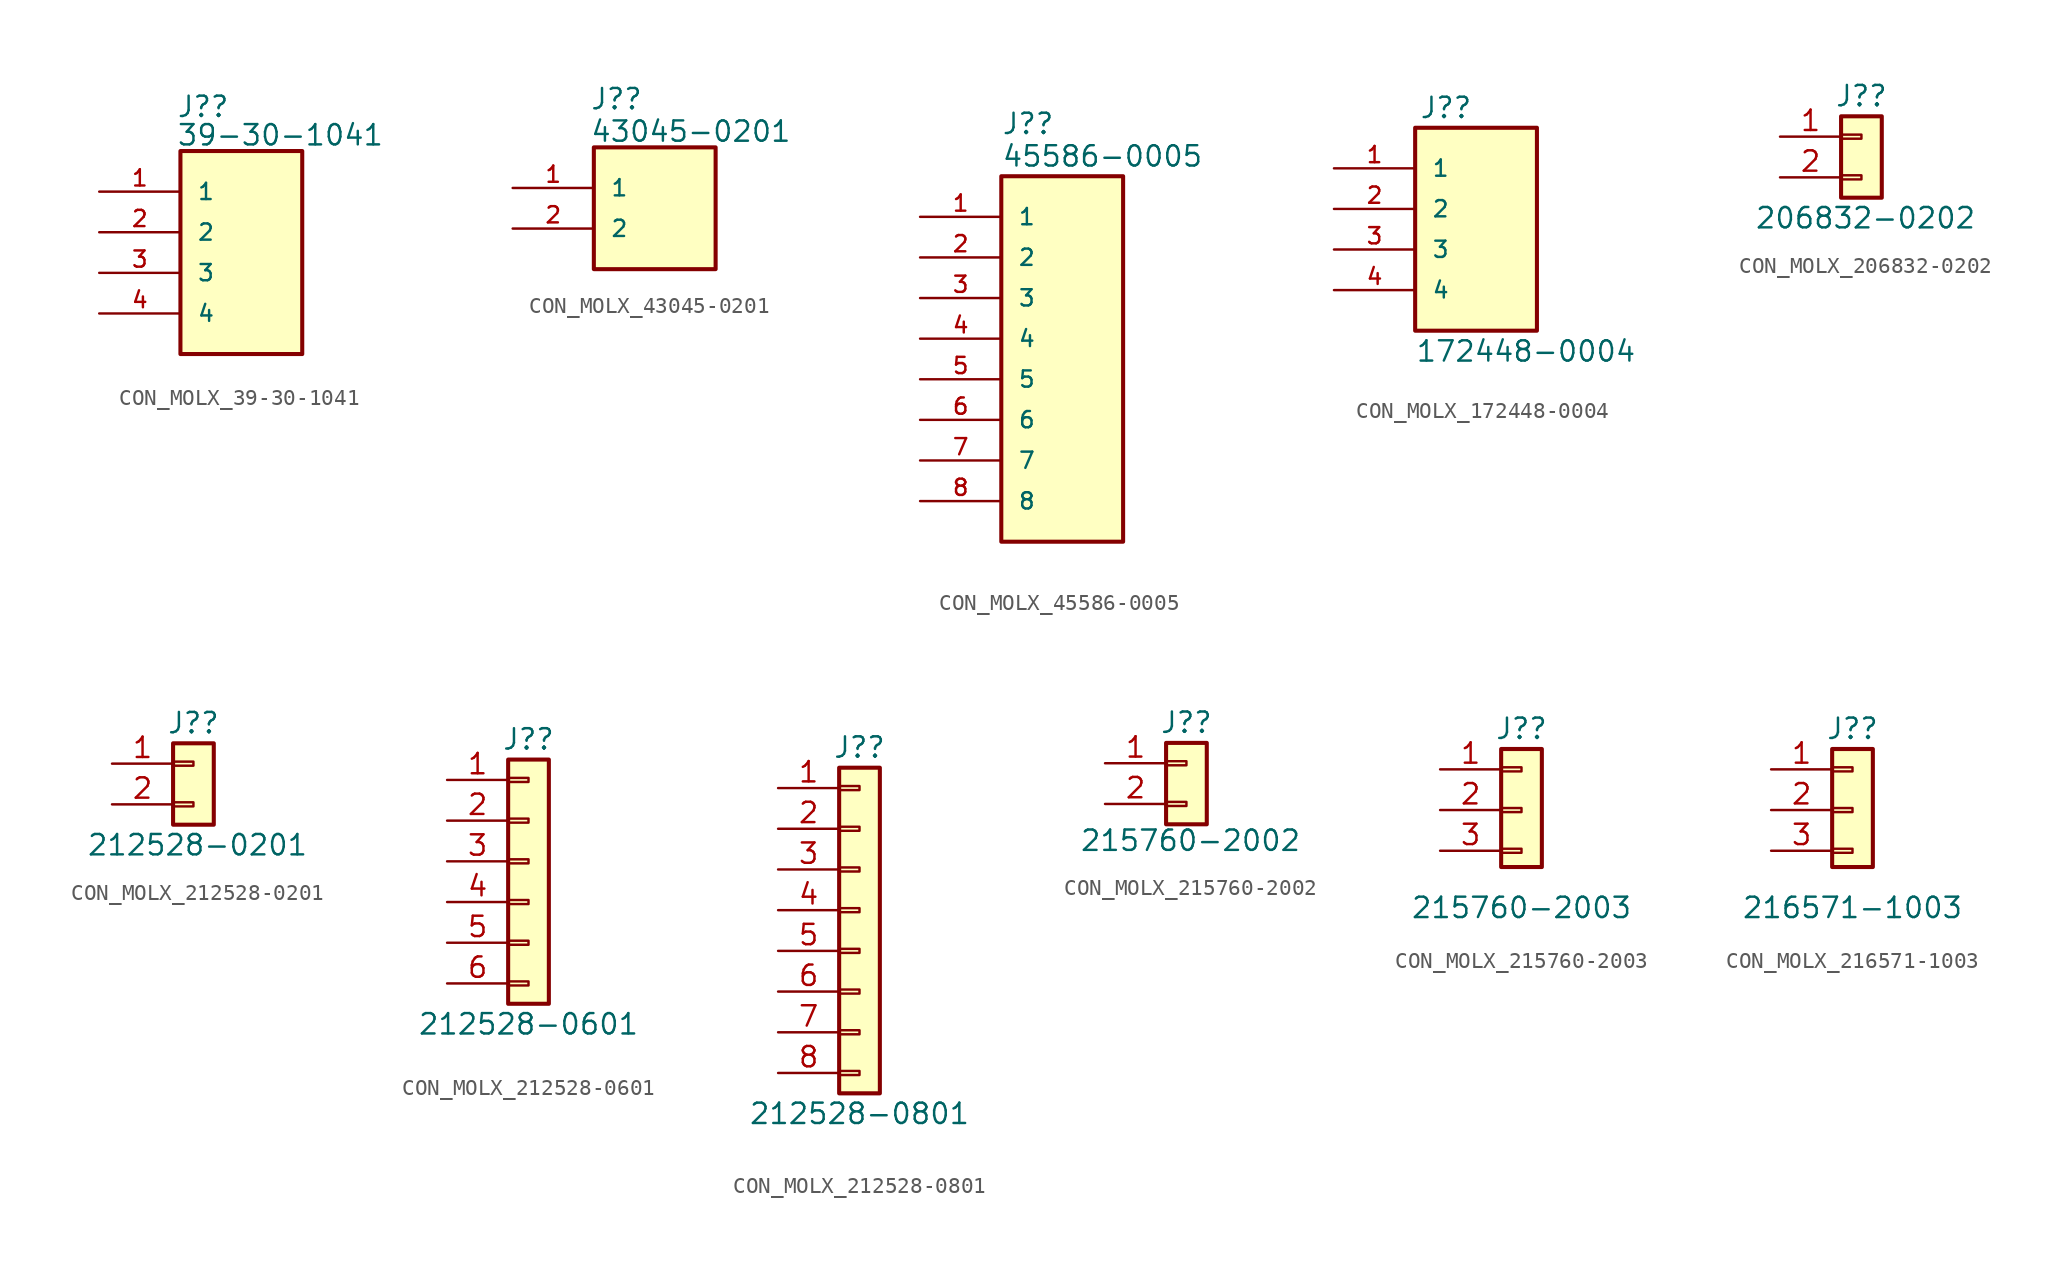
<source format=kicad_sym>
(kicad_symbol_lib
  (version 20231120)
  (generator "kicad_symbol_editor")
  (generator_version "8.0")
  (symbol "CON_MOLX_39-30-1041"
    (pin_names
      (offset 1.016))
    (property "Reference" "J?"
      (at -4.064 8.382 0)
      (effects (font (size 1.27 1.27)) (justify left bottom)))
    (property "Value" "39-30-1041"
      (at -4.064 6.604 0)
      (effects (font (size 1.27 1.27)) (justify left bottom)))
    (symbol "CON_MOLX_39-30-1041_0_0"
      (rectangle (start -3.81 -6.35) (end 3.81 6.35) (stroke (width 0.254) (type solid)) (fill (type background)))
      (pin passive line (at -8.89 1.27 0) (length 5.08) (name "2" (effects (font (size 1.016 1.016)))) (number "2" (effects (font (size 1.016 1.016)))))
      (pin passive line (at -8.89 -1.27 0) (length 5.08) (name "3" (effects (font (size 1.016 1.016)))) (number "3" (effects (font (size 1.016 1.016)))))
      (pin passive line (at -8.89 -3.81 0) (length 5.08) (name "4" (effects (font (size 1.016 1.016)))) (number "4" (effects (font (size 1.016 1.016))))))
    (symbol "CON_MOLX_39-30-1041_1_0"
      (pin passive line (at -8.89 3.81 0) (length 5.08) (name "1" (effects (font (size 1.016 1.016)))) (number "1" (effects (font (size 1.016 1.016)))))))
  (symbol "CON_MOLX_43045-0201"
    (pin_names
      (offset 1.016))
    (property "Reference" "J?"
      (at -4.064 6.096 0)
      (effects (font (size 1.27 1.27)) (justify left bottom)))
    (property "Value" "43045-0201"
      (at -4.064 4.064 0)
      (effects (font (size 1.27 1.27)) (justify left bottom)))
    (symbol "CON_MOLX_43045-0201_0_0"
      (rectangle (start -3.81 3.81) (end 3.81 -3.81) (stroke (width 0.254) (type solid)) (fill (type background))))
    (symbol "CON_MOLX_43045-0201_1_0"
      (pin passive line (at -8.89 1.27 0) (length 5.08) (name "1" (effects (font (size 1.016 1.016)))) (number "1" (effects (font (size 1.016 1.016)))))
      (pin passive line (at -8.89 -1.27 0) (length 5.08) (name "2" (effects (font (size 1.016 1.016)))) (number "2" (effects (font (size 1.016 1.016)))))))
  (symbol "CON_MOLX_45586-0005"
    (pin_names
      (offset 1.016))
    (property "Reference" "J?"
      (at -3.81 13.97 0)
      (effects (font (size 1.27 1.27)) (justify left bottom)))
    (property "Value" "45586-0005"
      (at -3.81 11.938 0)
      (effects (font (size 1.27 1.27)) (justify left bottom)))
    (symbol "CON_MOLX_45586-0005_0_0"
      (rectangle (start -3.81 11.43) (end 3.81 -11.43) (stroke (width 0.254) (type solid)) (fill (type background)))
      (pin passive line (at -8.89 6.35 0) (length 5.08) (name "2" (effects (font (size 1.016 1.016)))) (number "2" (effects (font (size 1.016 1.016)))))
      (pin passive line (at -8.89 3.81 0) (length 5.08) (name "3" (effects (font (size 1.016 1.016)))) (number "3" (effects (font (size 1.016 1.016)))))
      (pin passive line (at -8.89 1.27 0) (length 5.08) (name "4" (effects (font (size 1.016 1.016)))) (number "4" (effects (font (size 1.016 1.016)))))
      (pin passive line (at -8.89 -1.27 0) (length 5.08) (name "5" (effects (font (size 1.016 1.016)))) (number "5" (effects (font (size 1.016 1.016)))))
      (pin passive line (at -8.89 -3.81 0) (length 5.08) (name "6" (effects (font (size 1.016 1.016)))) (number "6" (effects (font (size 1.016 1.016)))))
      (pin passive line (at -8.89 -6.35 0) (length 5.08) (name "7" (effects (font (size 1.016 1.016)))) (number "7" (effects (font (size 1.016 1.016)))))
      (pin passive line (at -8.89 -8.89 0) (length 5.08) (name "8" (effects (font (size 1.016 1.016)))) (number "8" (effects (font (size 1.016 1.016))))))
    (symbol "CON_MOLX_45586-0005_1_0"
      (pin passive line (at -8.89 8.89 0) (length 5.08) (name "1" (effects (font (size 1.016 1.016)))) (number "1" (effects (font (size 1.016 1.016)))))))
  (symbol "CON_MOLX_172448-0004"
    (pin_names
      (offset 1.016))
    (property "Reference" "J?"
      (at -3.556 6.858 0)
      (effects (font (size 1.27 1.27)) (justify left bottom)))
    (property "Value" "172448-0004"
      (at -3.81 -8.382 0)
      (effects (font (size 1.27 1.27)) (justify left bottom)))
    (symbol "CON_MOLX_172448-0004_0_0"
      (rectangle (start -3.81 -6.35) (end 3.81 6.35) (stroke (width 0.254) (type solid)) (fill (type background)))
      (pin passive line (at -8.89 1.27 0) (length 5.08) (name "2" (effects (font (size 1.016 1.016)))) (number "2" (effects (font (size 1.016 1.016)))))
      (pin passive line (at -8.89 -1.27 0) (length 5.08) (name "3" (effects (font (size 1.016 1.016)))) (number "3" (effects (font (size 1.016 1.016)))))
      (pin passive line (at -8.89 -3.81 0) (length 5.08) (name "4" (effects (font (size 1.016 1.016)))) (number "4" (effects (font (size 1.016 1.016))))))
    (symbol "CON_MOLX_172448-0004_1_0"
      (pin passive line (at -8.89 3.81 0) (length 5.08) (name "1" (effects (font (size 1.016 1.016)))) (number "1" (effects (font (size 1.016 1.016)))))))
  (symbol "CON_MOLX_206832-0202"
    (pin_names
      (offset 1.016) hide)
    (property "Reference" "J?"
      (at 0 3.81 0)
      (effects (font (size 1.27 1.27))))
    (property "Value" "206832-0202"
      (at 0.254 -3.81 0)
      (effects (font (size 1.27 1.27))))
    (symbol "CON_MOLX_206832-0202_1_1"
      (rectangle (start -1.27 -1.143) (end 0 -1.397) (stroke (width 0.152) (type default)) (fill (type none)))
      (rectangle (start -1.27 1.143) (end 0 1.397) (stroke (width 0.152) (type default)) (fill (type none)))
      (rectangle (start -1.27 2.54) (end 1.27 -2.54) (stroke (width 0.254) (type default)) (fill (type background)))
      (pin passive line (at -5.08 1.27 0) (length 3.81) (name "Pin_1" (effects (font (size 1.27 1.27)))) (number "1" (effects (font (size 1.27 1.27)))))
      (pin passive line (at -5.08 -1.27 0) (length 3.81) (name "Pin_2" (effects (font (size 1.27 1.27)))) (number "2" (effects (font (size 1.27 1.27)))))))
  (symbol "CON_MOLX_212528-0201"
    (pin_names
      (offset 1.016) hide)
    (property "Reference" "J?"
      (at 0 3.81 0)
      (effects (font (size 1.27 1.27))))
    (property "Value" "212528-0201"
      (at 0.254 -3.81 0)
      (effects (font (size 1.27 1.27))))
    (symbol "CON_MOLX_212528-0201_1_1"
      (rectangle (start -1.27 -1.143) (end 0 -1.397) (stroke (width 0.152) (type default)) (fill (type none)))
      (rectangle (start -1.27 1.143) (end 0 1.397) (stroke (width 0.152) (type default)) (fill (type none)))
      (rectangle (start -1.27 2.54) (end 1.27 -2.54) (stroke (width 0.254) (type default)) (fill (type background)))
      (pin passive line (at -5.08 1.27 0) (length 3.81) (name "Pin_1" (effects (font (size 1.27 1.27)))) (number "1" (effects (font (size 1.27 1.27)))))
      (pin passive line (at -5.08 -1.27 0) (length 3.81) (name "Pin_2" (effects (font (size 1.27 1.27)))) (number "2" (effects (font (size 1.27 1.27)))))))
  (symbol "CON_MOLX_212528-0601"
    (pin_names
      (offset 1.016) hide)
    (property "Reference" "J?"
      (at 0 8.89 0)
      (effects (font (size 1.27 1.27))))
    (property "Value" "212528-0601"
      (at 0 -8.89 0)
      (effects (font (size 1.27 1.27))))
    (symbol "CON_MOLX_212528-0601_1_1"
      (rectangle (start -1.27 -6.223) (end 0 -6.477) (stroke (width 0.152) (type default)) (fill (type none)))
      (rectangle (start -1.27 -3.683) (end 0 -3.937) (stroke (width 0.152) (type default)) (fill (type none)))
      (rectangle (start -1.27 -1.143) (end 0 -1.397) (stroke (width 0.152) (type default)) (fill (type none)))
      (rectangle (start -1.27 1.397) (end 0 1.143) (stroke (width 0.152) (type default)) (fill (type none)))
      (rectangle (start -1.27 3.937) (end 0 3.683) (stroke (width 0.152) (type default)) (fill (type none)))
      (rectangle (start -1.27 6.477) (end 0 6.223) (stroke (width 0.152) (type default)) (fill (type none)))
      (rectangle (start -1.27 7.62) (end 1.27 -7.62) (stroke (width 0.254) (type default)) (fill (type background)))
      (pin passive line (at -5.08 6.35 0) (length 3.81) (name "Pin_1" (effects (font (size 1.27 1.27)))) (number "1" (effects (font (size 1.27 1.27)))))
      (pin passive line (at -5.08 3.81 0) (length 3.81) (name "Pin_2" (effects (font (size 1.27 1.27)))) (number "2" (effects (font (size 1.27 1.27)))))
      (pin passive line (at -5.08 1.27 0) (length 3.81) (name "Pin_3" (effects (font (size 1.27 1.27)))) (number "3" (effects (font (size 1.27 1.27)))))
      (pin passive line (at -5.08 -1.27 0) (length 3.81) (name "Pin_4" (effects (font (size 1.27 1.27)))) (number "4" (effects (font (size 1.27 1.27)))))
      (pin passive line (at -5.08 -3.81 0) (length 3.81) (name "Pin_5" (effects (font (size 1.27 1.27)))) (number "5" (effects (font (size 1.27 1.27)))))
      (pin passive line (at -5.08 -6.35 0) (length 3.81) (name "Pin_6" (effects (font (size 1.27 1.27)))) (number "6" (effects (font (size 1.27 1.27)))))))
  (symbol "CON_MOLX_212528-0801"
    (pin_names
      (offset 1.016) hide)
    (property "Reference" "J?"
      (at 0 11.43 0)
      (effects (font (size 1.27 1.27))))
    (property "Value" "212528-0801"
      (at 0 -11.43 0)
      (effects (font (size 1.27 1.27))))
    (symbol "CON_MOLX_212528-0801_1_1"
      (rectangle (start -1.27 -10.16) (end 1.27 10.16) (stroke (width 0.254) (type default)) (fill (type background)))
      (rectangle (start -1.27 -8.763) (end 0 -9.017) (stroke (width 0.152) (type default)) (fill (type none)))
      (rectangle (start -1.27 -6.223) (end 0 -6.477) (stroke (width 0.152) (type default)) (fill (type none)))
      (rectangle (start -1.27 -3.683) (end 0 -3.937) (stroke (width 0.152) (type default)) (fill (type none)))
      (rectangle (start -1.27 -1.143) (end 0 -1.397) (stroke (width 0.152) (type default)) (fill (type none)))
      (rectangle (start -1.27 1.397) (end 0 1.143) (stroke (width 0.152) (type default)) (fill (type none)))
      (rectangle (start -1.27 3.937) (end 0 3.683) (stroke (width 0.152) (type default)) (fill (type none)))
      (rectangle (start -1.27 6.477) (end 0 6.223) (stroke (width 0.152) (type default)) (fill (type none)))
      (rectangle (start -1.27 9.017) (end 0 8.763) (stroke (width 0.152) (type default)) (fill (type none)))
      (pin passive line (at -5.08 8.89 0) (length 3.81) (name "Pin_1" (effects (font (size 1.27 1.27)))) (number "1" (effects (font (size 1.27 1.27)))))
      (pin passive line (at -5.08 6.35 0) (length 3.81) (name "Pin_2" (effects (font (size 1.27 1.27)))) (number "2" (effects (font (size 1.27 1.27)))))
      (pin passive line (at -5.08 3.81 0) (length 3.81) (name "Pin_3" (effects (font (size 1.27 1.27)))) (number "3" (effects (font (size 1.27 1.27)))))
      (pin passive line (at -5.08 1.27 0) (length 3.81) (name "Pin_4" (effects (font (size 1.27 1.27)))) (number "4" (effects (font (size 1.27 1.27)))))
      (pin passive line (at -5.08 -1.27 0) (length 3.81) (name "Pin_5" (effects (font (size 1.27 1.27)))) (number "5" (effects (font (size 1.27 1.27)))))
      (pin passive line (at -5.08 -3.81 0) (length 3.81) (name "Pin_6" (effects (font (size 1.27 1.27)))) (number "6" (effects (font (size 1.27 1.27)))))
      (pin passive line (at -5.08 -6.35 0) (length 3.81) (name "Pin_7" (effects (font (size 1.27 1.27)))) (number "7" (effects (font (size 1.27 1.27)))))
      (pin passive line (at -5.08 -8.89 0) (length 3.81) (name "Pin_8" (effects (font (size 1.27 1.27)))) (number "8" (effects (font (size 1.27 1.27)))))))
  (symbol "CON_MOLX_215760-2002"
    (pin_names
      (offset 1.016) hide)
    (property "Reference" "J?"
      (at 0 3.81 0)
      (effects (font (size 1.27 1.27))))
    (property "Value" "215760-2002"
      (at 0.254 -3.556 0)
      (effects (font (size 1.27 1.27))))
    (symbol "CON_MOLX_215760-2002_1_1"
      (rectangle (start -1.27 -2.54) (end 1.27 2.54) (stroke (width 0.254) (type default)) (fill (type background)))
      (rectangle (start -1.27 -1.143) (end 0 -1.397) (stroke (width 0.152) (type default)) (fill (type none)))
      (rectangle (start -1.27 1.397) (end 0 1.143) (stroke (width 0.152) (type default)) (fill (type none)))
      (pin passive line (at -5.08 1.27 0) (length 3.81) (name "Pin_1" (effects (font (size 1.27 1.27)))) (number "1" (effects (font (size 1.27 1.27)))))
      (pin passive line (at -5.08 -1.27 0) (length 3.81) (name "Pin_2" (effects (font (size 1.27 1.27)))) (number "2" (effects (font (size 1.27 1.27)))))))
  (symbol "CON_MOLX_215760-2003"
    (pin_names
      (offset 1.016) hide)
    (property "Reference" "J?"
      (at 0 3.81 0)
      (effects (font (size 1.27 1.27))))
    (property "Value" "215760-2003"
      (at 0 -7.366 0)
      (effects (font (size 1.27 1.27))))
    (symbol "CON_MOLX_215760-2003_1_1"
      (rectangle (start -1.27 -3.683) (end 0 -3.937) (stroke (width 0.152) (type default)) (fill (type none)))
      (rectangle (start -1.27 -1.143) (end 0 -1.397) (stroke (width 0.152) (type default)) (fill (type none)))
      (rectangle (start -1.27 1.397) (end 0 1.143) (stroke (width 0.152) (type default)) (fill (type none)))
      (rectangle (start -1.27 2.54) (end 1.27 -4.826) (stroke (width 0.254) (type default)) (fill (type background)))
      (pin passive line (at -5.08 1.27 0) (length 3.81) (name "Pin_1" (effects (font (size 1.27 1.27)))) (number "1" (effects (font (size 1.27 1.27)))))
      (pin passive line (at -5.08 -1.27 0) (length 3.81) (name "Pin_2" (effects (font (size 1.27 1.27)))) (number "2" (effects (font (size 1.27 1.27)))))
      (pin passive line (at -5.08 -3.81 0) (length 3.81) (name "Pin_3" (effects (font (size 1.27 1.27)))) (number "3" (effects (font (size 1.27 1.27)))))))
  (symbol "CON_MOLX_216571-1003"
    (pin_names
      (offset 1.016) hide)
    (property "Reference" "J?"
      (at 0 3.81 0)
      (effects (font (size 1.27 1.27))))
    (property "Value" "216571-1003"
      (at 0 -7.366 0)
      (effects (font (size 1.27 1.27))))
    (symbol "CON_MOLX_216571-1003_1_1"
      (rectangle (start -1.27 -3.683) (end 0 -3.937) (stroke (width 0.152) (type default)) (fill (type none)))
      (rectangle (start -1.27 -1.143) (end 0 -1.397) (stroke (width 0.152) (type default)) (fill (type none)))
      (rectangle (start -1.27 1.397) (end 0 1.143) (stroke (width 0.152) (type default)) (fill (type none)))
      (rectangle (start -1.27 2.54) (end 1.27 -4.826) (stroke (width 0.254) (type default)) (fill (type background)))
      (pin passive line (at -5.08 1.27 0) (length 3.81) (name "Pin_1" (effects (font (size 1.27 1.27)))) (number "1" (effects (font (size 1.27 1.27)))))
      (pin passive line (at -5.08 -1.27 0) (length 3.81) (name "Pin_2" (effects (font (size 1.27 1.27)))) (number "2" (effects (font (size 1.27 1.27)))))
      (pin passive line (at -5.08 -3.81 0) (length 3.81) (name "Pin_3" (effects (font (size 1.27 1.27)))) (number "3" (effects (font (size 1.27 1.27))))))))
</source>
